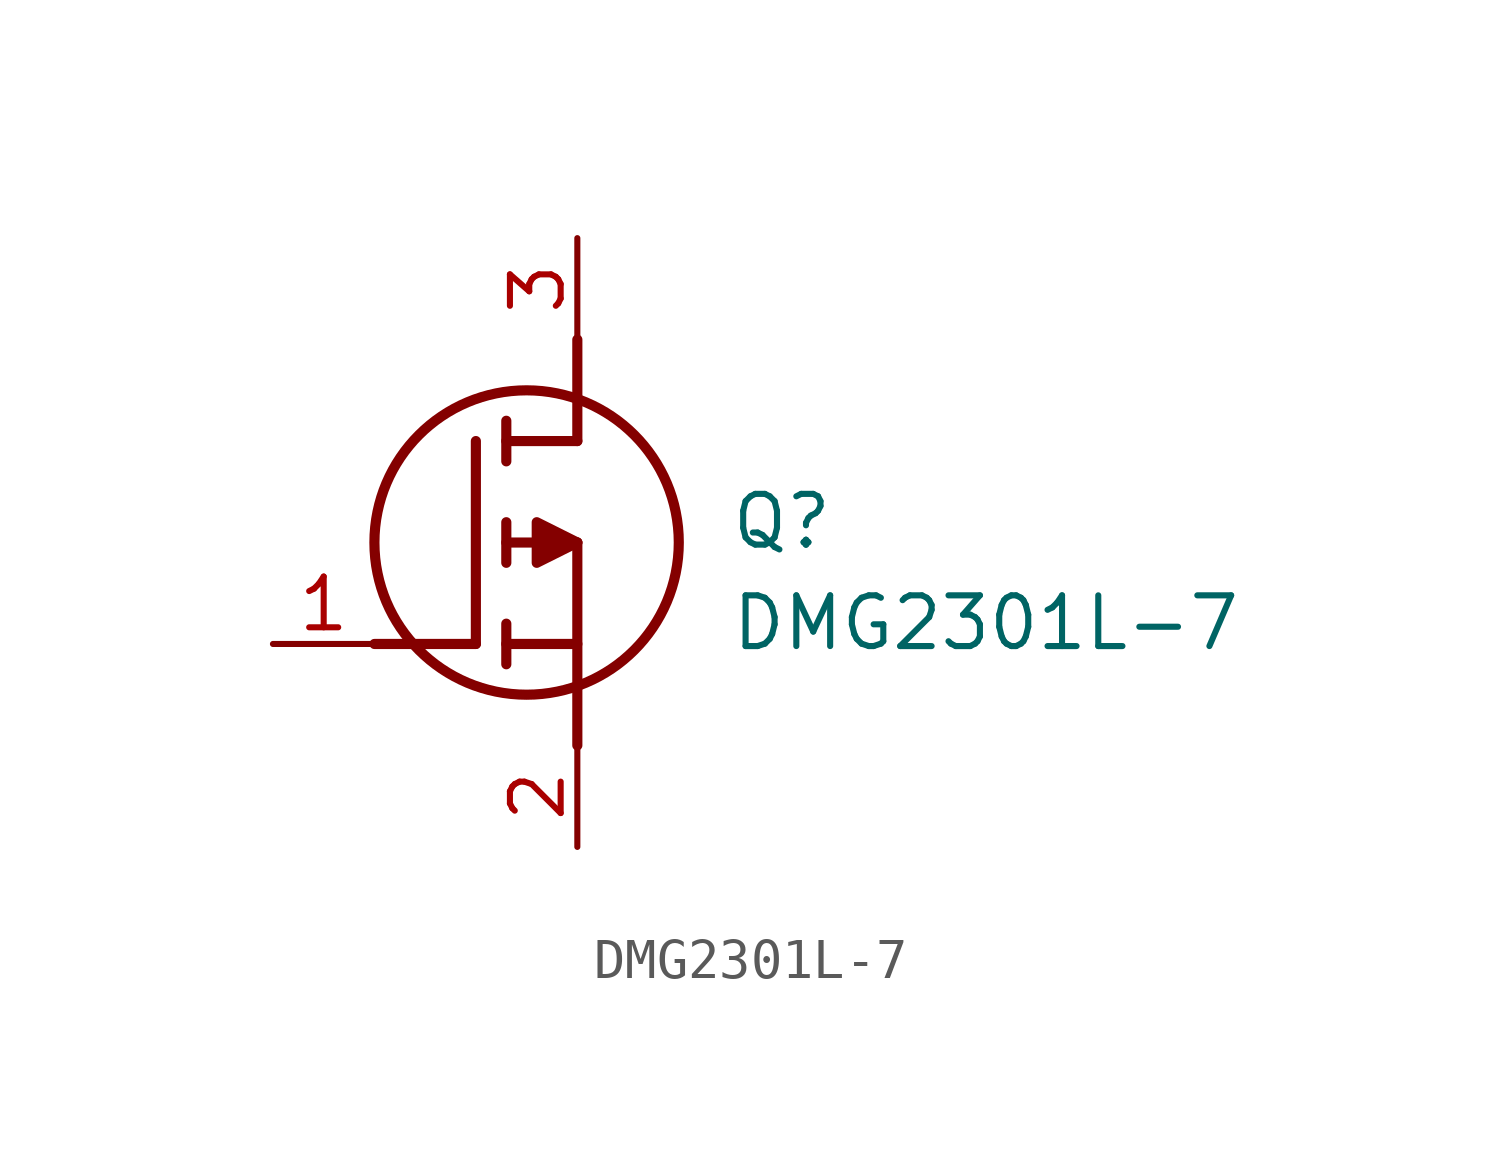
<source format=kicad_sym>
(kicad_symbol_lib
  (version 20211014)
  (generator SamacSys_ECAD_Model)
  (symbol "DMG2301L-7"
    (pin_names hide)
    (property "Reference" "Q"
      (at 11.43 3.81 0)
      (effects (font (size 1.27 1.27)) (justify left top)))
    (property "Value" "DMG2301L-7"
      (at 11.43 1.27 0)
      (effects (font (size 1.27 1.27)) (justify left top)))
    (polyline
      (pts (xy 7.62 2.54) (xy 7.62 -2.54))
      (stroke (width 0.254) (type default))
      (fill (type none)))
    (polyline
      (pts (xy 7.62 5.08) (xy 7.62 7.62))
      (stroke (width 0.254) (type default))
      (fill (type none)))
    (polyline
      (pts (xy 2.54 0) (xy 5.08 0))
      (stroke (width 0.254) (type default))
      (fill (type none)))
    (polyline
      (pts (xy 5.08 5.08) (xy 5.08 0))
      (stroke (width 0.254) (type default))
      (fill (type none)))
    (polyline
      (pts (xy 7.62 2.54) (xy 5.842 2.54))
      (stroke (width 0.254) (type default))
      (fill (type none)))
    (polyline
      (pts (xy 7.62 5.08) (xy 5.842 5.08))
      (stroke (width 0.254) (type default))
      (fill (type none)))
    (polyline
      (pts (xy 5.842 0) (xy 7.62 0))
      (stroke (width 0.254) (type default))
      (fill (type none)))
    (polyline
      (pts (xy 5.842 5.588) (xy 5.842 4.572))
      (stroke (width 0.254) (type default))
      (fill (type none)))
    (polyline
      (pts (xy 5.842 -0.508) (xy 5.842 0.508))
      (stroke (width 0.254) (type default))
      (fill (type none)))
    (polyline
      (pts (xy 5.842 2.032) (xy 5.842 3.048))
      (stroke (width 0.254) (type default))
      (fill (type none)))
    (circle
      (center 6.35 2.54)
      (radius 3.81)
      (stroke (width 0.254) (type default))
      (fill (type none)))
    (polyline
      (pts (xy 7.62 2.54) (xy 6.604 3.048) (xy 6.604 2.032) (xy 7.62 2.54))
      (stroke (width 0.254) (type default))
      (fill (type outline)))
    (pin passive line
      (at 0 0 0)
      (length 2.54)
      (name "G" (effects (font (size 1.27 1.27))))
      (number "1" (effects (font (size 1.27 1.27)))))
    (pin passive line
      (at 7.62 10.16 270)
      (length 2.54)
      (name "D" (effects (font (size 1.27 1.27))))
      (number "3" (effects (font (size 1.27 1.27)))))
    (pin passive line
      (at 7.62 -5.08 90)
      (length 2.54)
      (name "S" (effects (font (size 1.27 1.27))))
      (number "2" (effects (font (size 1.27 1.27)))))))
</source>
